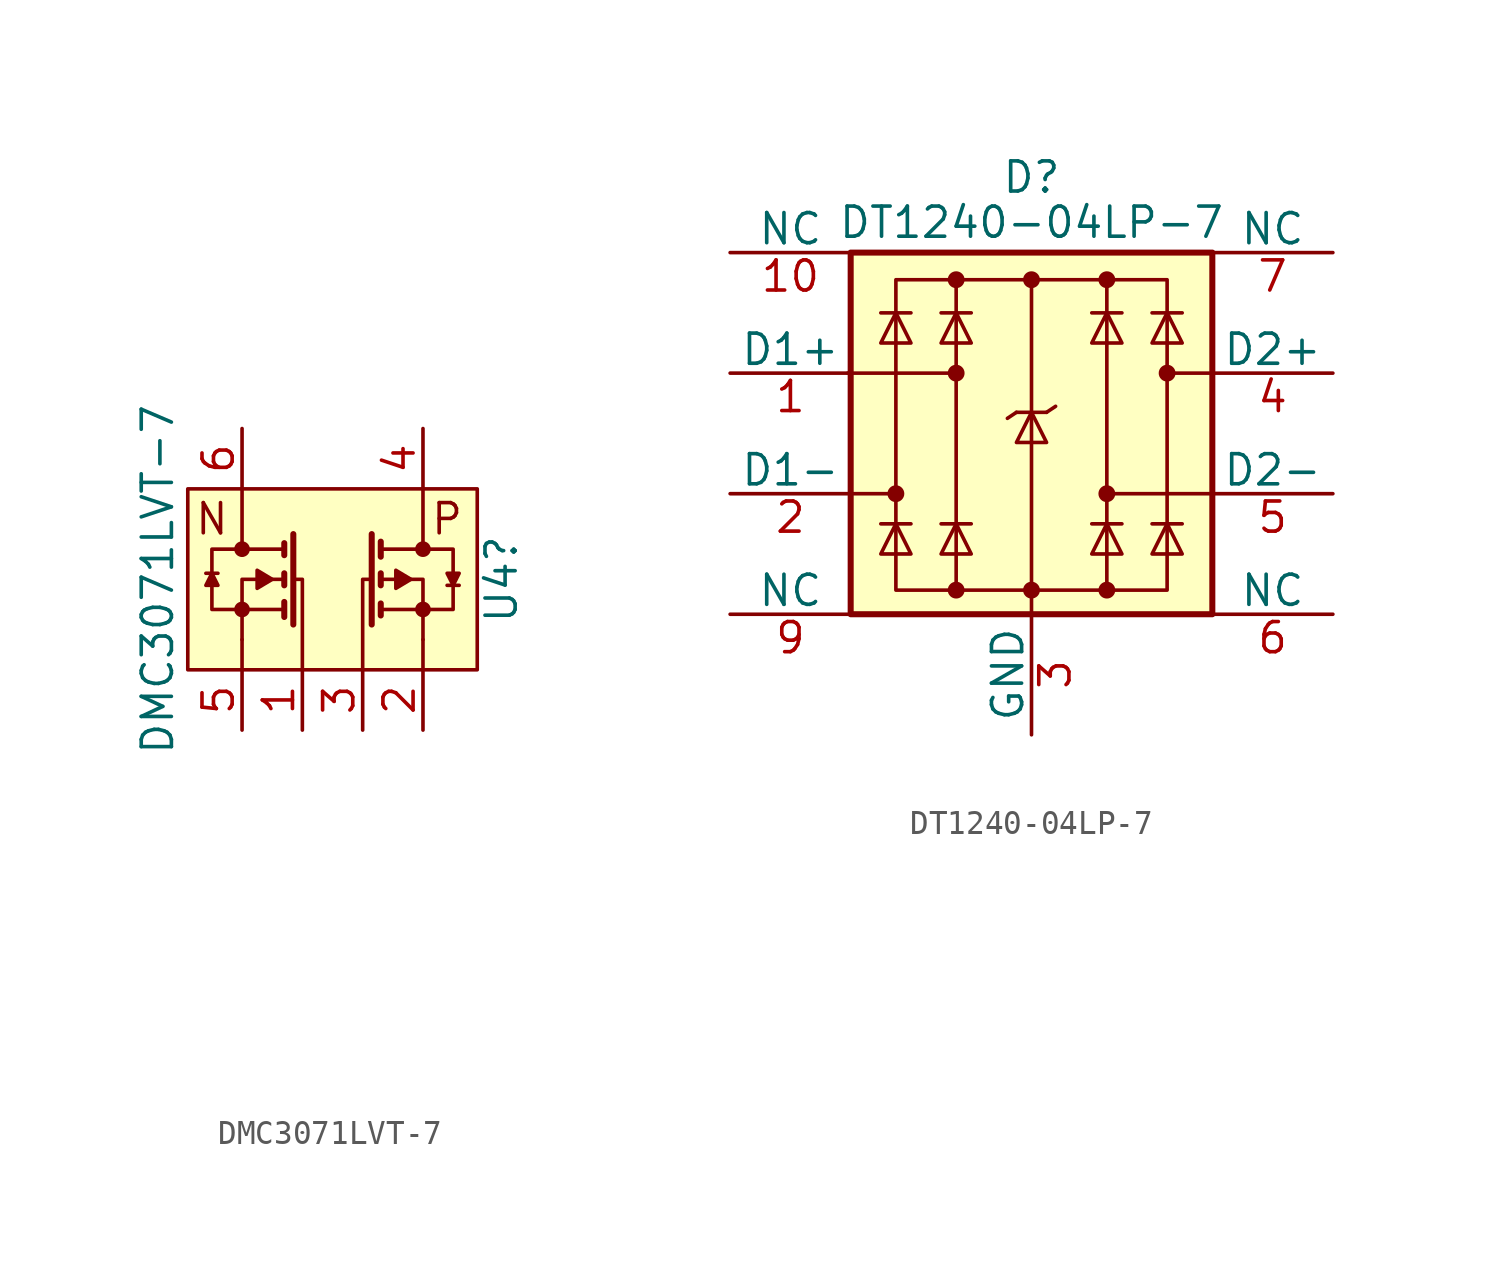
<source format=kicad_sym>
(kicad_symbol_lib
  (version 20241209)
  (generator "kicad_symbol_editor")
  (generator_version "9.0")
  (symbol "DMC3071LVT-7"
    (property "Reference" "U4"
      (at 7.112 0 90)
      (effects (font (size 1.27 1.27))))
    (property "Value" "DMC3071LVT-7"
      (at -7.366 0 90)
      (effects (font (size 1.27 1.27))))
    (symbol "DMC3071LVT-7_0_1"
      (polyline (pts (xy -4.826 0.254) (xy -5.334 0.254)) (stroke (width 0) (type default)) (fill (type none)))
      (circle (center -3.81 1.27) (radius 0.254) (stroke (width 0) (type default)) (fill (type outline)))
      (circle (center -3.81 -1.27) (radius 0.254) (stroke (width 0) (type default)) (fill (type outline)))
      (polyline (pts (xy -3.81 -2.54) (xy -3.81 0) (xy -2.032 0)) (stroke (width 0) (type default)) (fill (type none)))
      (polyline (pts (xy -2.54 0) (xy -3.175 0.381) (xy -3.175 -0.381) (xy -2.54 0)) (stroke (width 0) (type default)) (fill (type outline)))
      (polyline (pts (xy -2.032 1.524) (xy -2.032 1.016)) (stroke (width 0.254) (type default)) (fill (type none)))
      (polyline (pts (xy -2.032 0.254) (xy -2.032 -0.254)) (stroke (width 0.254) (type default)) (fill (type none)))
      (polyline (pts (xy -2.032 -0.952) (xy -2.032 -1.587)) (stroke (width 0.254) (type default)) (fill (type none)))
      (polyline (pts (xy -2.032 -1.27) (xy -5.08 -1.27) (xy -5.08 1.27) (xy -2.032 1.27)) (stroke (width 0) (type default)) (fill (type none)))
      (polyline (pts (xy -1.651 1.905) (xy -1.651 -1.905)) (stroke (width 0.254) (type default)) (fill (type none)))
      (polyline (pts (xy 1.651 -1.905) (xy 1.651 1.905)) (stroke (width 0.254) (type default)) (fill (type none)))
      (polyline (pts (xy 2.032 1.27) (xy 5.08 1.27) (xy 5.08 -1.27) (xy 2.032 -1.27)) (stroke (width 0) (type default)) (fill (type none)))
      (polyline (pts (xy 2.032 0.952) (xy 2.032 1.587)) (stroke (width 0.254) (type default)) (fill (type none)))
      (polyline (pts (xy 2.032 -0.254) (xy 2.032 0.254)) (stroke (width 0.254) (type default)) (fill (type none)))
      (polyline (pts (xy 2.032 -1.524) (xy 2.032 -1.016)) (stroke (width 0.254) (type default)) (fill (type none)))
      (polyline (pts (xy 3.302 0) (xy 2.667 -0.381) (xy 2.667 0.381) (xy 3.302 0)) (stroke (width 0) (type default)) (fill (type outline)))
      (circle (center 3.81 1.27) (radius 0.254) (stroke (width 0) (type default)) (fill (type outline)))
      (circle (center 3.81 -1.27) (radius 0.254) (stroke (width 0) (type default)) (fill (type outline)))
      (polyline (pts (xy 3.81 -2.54) (xy 3.81 0) (xy 2.032 0)) (stroke (width 0) (type default)) (fill (type none)))
      (polyline (pts (xy 4.826 -0.254) (xy 5.334 -0.254)) (stroke (width 0) (type default)) (fill (type none))))
    (symbol "DMC3071LVT-7_1_1"
      (rectangle (start -6.096 3.81) (end 6.096 -3.81) (stroke (width 0) (type solid)) (fill (type background)))
      (polyline (pts (xy -5.08 0.254) (xy -4.826 -0.254) (xy -5.334 -0.254) (xy -5.08 0.254)) (stroke (width 0) (type solid)) (fill (type outline)))
      (polyline (pts (xy -3.81 3.81) (xy -3.81 1.016) (xy -3.81 1.27)) (stroke (width 0) (type default)) (fill (type none)))
      (polyline (pts (xy -3.81 -2.54) (xy -3.81 -3.81)) (stroke (width 0) (type default)) (fill (type none)))
      (polyline (pts (xy -1.27 -3.81) (xy -1.27 0) (xy -1.524 0)) (stroke (width 0) (type default)) (fill (type none)))
      (polyline (pts (xy 1.524 0) (xy 1.27 0) (xy 1.27 -3.81)) (stroke (width 0) (type default)) (fill (type none)))
      (polyline (pts (xy 3.81 3.81) (xy 3.81 1.27)) (stroke (width 0) (type default)) (fill (type none)))
      (polyline (pts (xy 3.81 -2.54) (xy 3.81 -3.81)) (stroke (width 0) (type default)) (fill (type none)))
      (polyline (pts (xy 5.08 -0.254) (xy 4.826 0.254) (xy 5.334 0.254) (xy 5.08 -0.254)) (stroke (width 0) (type solid)) (fill (type outline)))
      (text "N" (at -5.08 2.54 0) (effects (font (size 1.27 1.27))))
      (text private "Drain" (at -3.81 11.684 900) (effects (font (size 1.27 1.27)) (justify left)))
      (text private "Source" (at -3.81 -12.192 900) (effects (font (size 1.27 1.27)) (justify right)))
      (text private "Gate" (at -1.27 -12.192 900) (effects (font (size 1.27 1.27)) (justify right)))
      (text private "Gate" (at 1.27 -12.192 900) (effects (font (size 1.27 1.27)) (justify right)))
      (text private "Drain" (at 3.81 11.684 900) (effects (font (size 1.27 1.27)) (justify left)))
      (text private "Source" (at 3.81 -12.192 900) (effects (font (size 1.27 1.27)) (justify right)))
      (text "P" (at 4.826 2.54 0) (effects (font (size 1.27 1.27))))
      (pin input line (at -3.81 6.35 270) (length 2.54) (name "" (effects (font (size 1.27 1.27)))) (number "6" (effects (font (size 1.27 1.27)))))
      (pin input line (at -3.81 -6.35 90) (length 2.54) (name "" (effects (font (size 1.27 1.27)))) (number "5" (effects (font (size 1.27 1.27)))))
      (pin input line (at -1.27 -6.35 90) (length 2.54) (name "" (effects (font (size 1.27 1.27)))) (number "1" (effects (font (size 1.27 1.27)))))
      (pin input line (at 1.27 -6.35 90) (length 2.54) (name "" (effects (font (size 1.27 1.27)))) (number "3" (effects (font (size 1.27 1.27)))))
      (pin input line (at 3.81 6.35 270) (length 2.54) (name "" (effects (font (size 1.27 1.27)))) (number "4" (effects (font (size 1.27 1.27)))))
      (pin input line (at 3.81 -6.35 90) (length 2.54) (name "" (effects (font (size 1.27 1.27)))) (number "2" (effects (font (size 1.27 1.27)))))))
  (symbol "DT1240-04LP-7"
    (pin_names
      (offset 0))
    (property "Reference" "D"
      (at 0 10.795 0)
      (effects (font (size 1.27 1.27))))
    (property "Value" "DT1240-04LP-7"
      (at 0 8.89 0)
      (effects (font (size 1.27 1.27))))
    (symbol "DT1240-04LP-7_0_0"
      (rectangle (start -5.715 6.477) (end 5.715 -6.604) (stroke (width 0) (type default)) (fill (type none)))
      (polyline (pts (xy -3.175 -6.604) (xy -3.175 6.477)) (stroke (width 0) (type default)) (fill (type none)))
      (polyline (pts (xy 0 6.477) (xy 0 -6.604)) (stroke (width 0) (type default)) (fill (type none)))
      (polyline (pts (xy 3.175 6.477) (xy 3.175 -6.604)) (stroke (width 0) (type default)) (fill (type none))))
    (symbol "DT1240-04LP-7_0_1"
      (polyline (pts (xy -7.747 2.54) (xy -3.175 2.54)) (stroke (width 0) (type default)) (fill (type none)))
      (rectangle (start -7.62 7.62) (end 7.62 -7.62) (stroke (width 0.254) (type default)) (fill (type background)))
      (polyline (pts (xy -7.62 -2.54) (xy -5.715 -2.54)) (stroke (width 0) (type default)) (fill (type none)))
      (circle (center -5.715 -2.54) (radius 0.279) (stroke (width 0) (type default)) (fill (type outline)))
      (polyline (pts (xy -5.08 5.08) (xy -6.35 5.08)) (stroke (width 0) (type default)) (fill (type none)))
      (polyline (pts (xy -5.08 3.81) (xy -6.35 3.81) (xy -5.715 5.08) (xy -5.08 3.81)) (stroke (width 0) (type default)) (fill (type none)))
      (polyline (pts (xy -5.08 -3.81) (xy -6.35 -3.81)) (stroke (width 0) (type default)) (fill (type none)))
      (polyline (pts (xy -5.08 -5.08) (xy -6.35 -5.08) (xy -5.715 -3.81) (xy -5.08 -5.08)) (stroke (width 0) (type default)) (fill (type none)))
      (circle (center -3.175 6.477) (radius 0.279) (stroke (width 0) (type default)) (fill (type outline)))
      (circle (center -3.175 2.54) (radius 0.279) (stroke (width 0) (type default)) (fill (type outline)))
      (circle (center -3.175 -6.604) (radius 0.279) (stroke (width 0) (type default)) (fill (type outline)))
      (polyline (pts (xy -2.54 5.08) (xy -3.81 5.08)) (stroke (width 0) (type default)) (fill (type none)))
      (polyline (pts (xy -2.54 3.81) (xy -3.81 3.81) (xy -3.175 5.08) (xy -2.54 3.81)) (stroke (width 0) (type default)) (fill (type none)))
      (polyline (pts (xy -2.54 -3.81) (xy -3.81 -3.81)) (stroke (width 0) (type default)) (fill (type none)))
      (polyline (pts (xy -2.54 -5.08) (xy -3.81 -5.08) (xy -3.175 -3.81) (xy -2.54 -5.08)) (stroke (width 0) (type default)) (fill (type none)))
      (polyline (pts (xy -0.635 0.889) (xy -1.016 0.635)) (stroke (width 0) (type default)) (fill (type none)))
      (circle (center 0 6.477) (radius 0.279) (stroke (width 0) (type default)) (fill (type outline)))
      (polyline (pts (xy 0 -6.604) (xy 0 -7.62)) (stroke (width 0) (type default)) (fill (type none)))
      (circle (center 0 -6.604) (radius 0.279) (stroke (width 0) (type default)) (fill (type outline)))
      (polyline (pts (xy 0.635 0.889) (xy -0.635 0.889)) (stroke (width 0) (type default)) (fill (type none)))
      (polyline (pts (xy 0.635 0.889) (xy 1.016 1.143)) (stroke (width 0) (type default)) (fill (type none)))
      (polyline (pts (xy 0.635 -0.381) (xy -0.635 -0.381) (xy 0 0.889) (xy 0.635 -0.381)) (stroke (width 0) (type default)) (fill (type none)))
      (circle (center 3.175 6.477) (radius 0.279) (stroke (width 0) (type default)) (fill (type outline)))
      (circle (center 3.175 -2.54) (radius 0.279) (stroke (width 0) (type default)) (fill (type outline)))
      (circle (center 3.175 -6.604) (radius 0.279) (stroke (width 0) (type default)) (fill (type outline)))
      (polyline (pts (xy 3.81 5.08) (xy 2.54 5.08)) (stroke (width 0) (type default)) (fill (type none)))
      (polyline (pts (xy 3.81 3.81) (xy 2.54 3.81) (xy 3.175 5.08) (xy 3.81 3.81)) (stroke (width 0) (type default)) (fill (type none)))
      (polyline (pts (xy 3.81 -3.81) (xy 2.54 -3.81)) (stroke (width 0) (type default)) (fill (type none)))
      (polyline (pts (xy 3.81 -5.08) (xy 2.54 -5.08) (xy 3.175 -3.81) (xy 3.81 -5.08)) (stroke (width 0) (type default)) (fill (type none)))
      (circle (center 5.715 2.54) (radius 0.279) (stroke (width 0) (type default)) (fill (type outline)))
      (polyline (pts (xy 6.35 5.08) (xy 5.08 5.08)) (stroke (width 0) (type default)) (fill (type none)))
      (polyline (pts (xy 6.35 3.81) (xy 5.08 3.81) (xy 5.715 5.08) (xy 6.35 3.81)) (stroke (width 0) (type default)) (fill (type none)))
      (polyline (pts (xy 6.35 -3.81) (xy 5.08 -3.81)) (stroke (width 0) (type default)) (fill (type none)))
      (polyline (pts (xy 6.35 -5.08) (xy 5.08 -5.08) (xy 5.715 -3.81) (xy 6.35 -5.08)) (stroke (width 0) (type default)) (fill (type none)))
      (polyline (pts (xy 7.62 2.54) (xy 5.715 2.54)) (stroke (width 0) (type default)) (fill (type none)))
      (polyline (pts (xy 7.62 -2.54) (xy 3.175 -2.54)) (stroke (width 0) (type default)) (fill (type none))))
    (symbol "DT1240-04LP-7_1_1"
      (pin free line (at -12.7 7.62 0) (length 5.08) (name "NC" (effects (font (size 1.27 1.27)))) (number "10" (effects (font (size 1.27 1.27)))))
      (pin passive line (at -12.7 2.54 0) (length 5.08) (name "D1+" (effects (font (size 1.27 1.27)))) (number "1" (effects (font (size 1.27 1.27)))))
      (pin passive line (at -12.7 -2.54 0) (length 5.08) (name "D1-" (effects (font (size 1.27 1.27)))) (number "2" (effects (font (size 1.27 1.27)))))
      (pin free line (at -12.7 -7.62 0) (length 5.08) (name "NC" (effects (font (size 1.27 1.27)))) (number "9" (effects (font (size 1.27 1.27)))))
      (pin power_in line (at 0 -12.7 90) (length 5.08) (name "GND" (effects (font (size 1.27 1.27)))) (number "3" (effects (font (size 1.27 1.27)))))
      (pin passive line (at 0 -12.7 90) (length 5.08) (hide yes) (name "GND" (effects (font (size 1.27 1.27)))) (number "8" (effects (font (size 1.27 1.27)))))
      (pin free line (at 12.7 7.62 180) (length 5.08) (name "NC" (effects (font (size 1.27 1.27)))) (number "7" (effects (font (size 1.27 1.27)))))
      (pin passive line (at 12.7 2.54 180) (length 5.08) (name "D2+" (effects (font (size 1.27 1.27)))) (number "4" (effects (font (size 1.27 1.27)))))
      (pin passive line (at 12.7 -2.54 180) (length 5.08) (name "D2-" (effects (font (size 1.27 1.27)))) (number "5" (effects (font (size 1.27 1.27)))))
      (pin free line (at 12.7 -7.62 180) (length 5.08) (name "NC" (effects (font (size 1.27 1.27)))) (number "6" (effects (font (size 1.27 1.27))))))))
</source>
